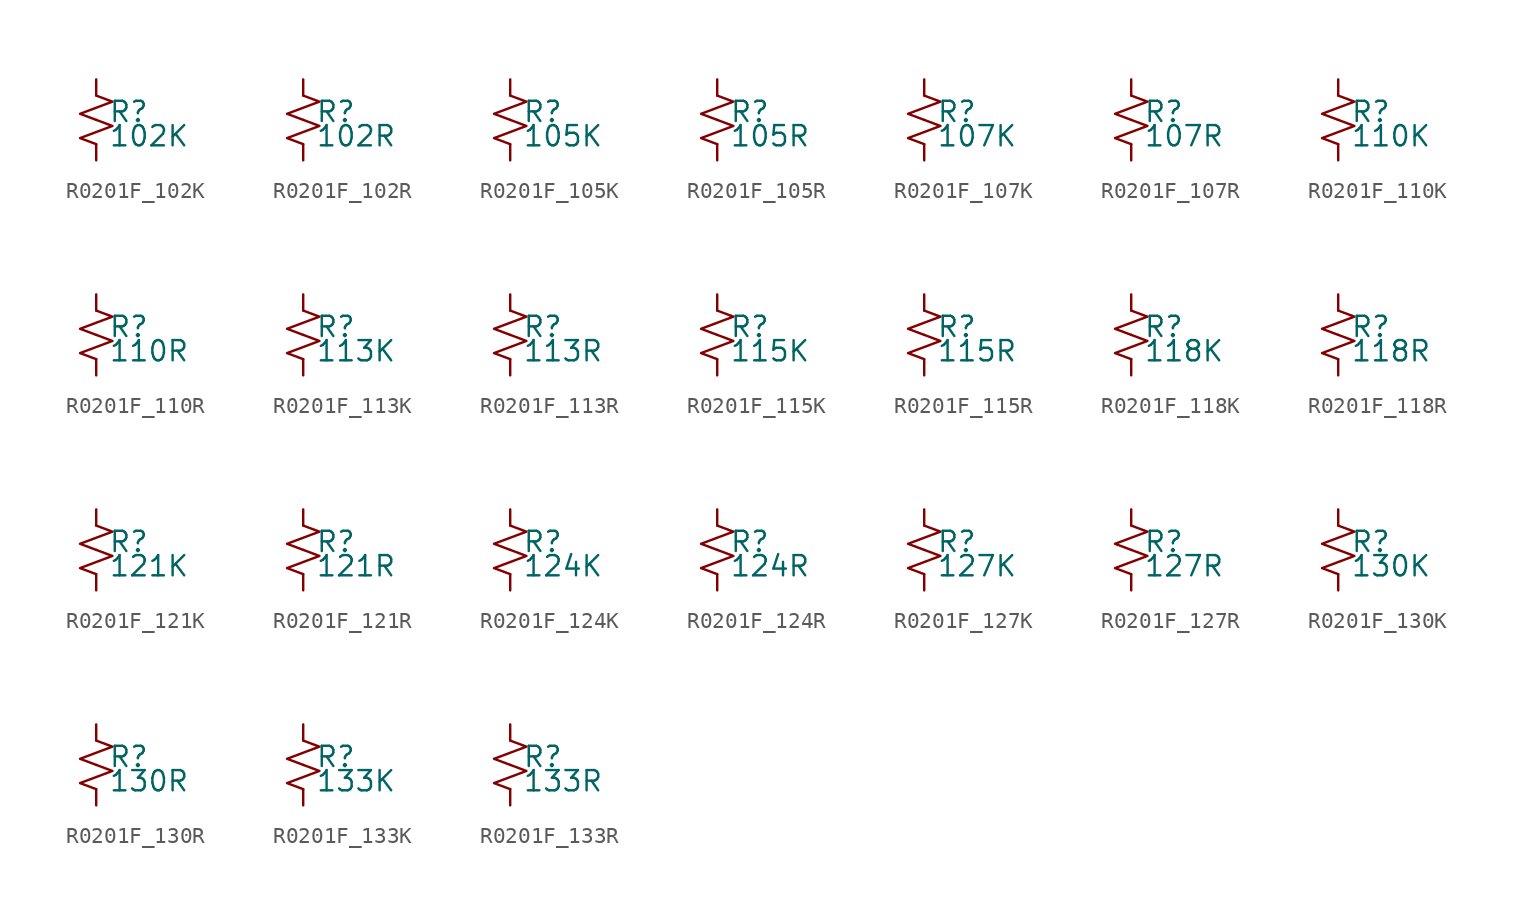
<source format=kicad_sym>
(kicad_symbol_lib
  (version 20220914)
  (generator kicad_symbol_editor)
  (symbol "R0201F_102K"
    (pin_numbers hide)
    (pin_names
      (offset 0.254) hide)
    (property "Reference" "R"
      (at 0.762 0.508 0)
      (effects (font (size 1.27 1.27)) (justify left)))
    (property "Value" "102K"
      (at 0.762 -1.016 0)
      (effects (font (size 1.27 1.27)) (justify left)))
    (symbol "R0201F_102K_1_1"
      (polyline (pts (xy 0 0) (xy 1.016 -0.381) (xy 0 -0.762) (xy -1.016 -1.143) (xy 0 -1.524)) (stroke (width 0) (type default)) (fill (type none)))
      (polyline (pts (xy 0 1.524) (xy 1.016 1.143) (xy 0 0.762) (xy -1.016 0.381) (xy 0 0)) (stroke (width 0) (type default)) (fill (type none)))
      (pin passive line (at 0 2.54 270) (length 1.016) (name "~" (effects (font (size 1.27 1.27)))) (number "1" (effects (font (size 1.27 1.27)))))
      (pin passive line (at 0 -2.54 90) (length 1.016) (name "~" (effects (font (size 1.27 1.27)))) (number "2" (effects (font (size 1.27 1.27)))))))
  (symbol "R0201F_102R"
    (pin_numbers hide)
    (pin_names
      (offset 0.254) hide)
    (property "Reference" "R"
      (at 0.762 0.508 0)
      (effects (font (size 1.27 1.27)) (justify left)))
    (property "Value" "102R"
      (at 0.762 -1.016 0)
      (effects (font (size 1.27 1.27)) (justify left)))
    (symbol "R0201F_102R_1_1"
      (polyline (pts (xy 0 0) (xy 1.016 -0.381) (xy 0 -0.762) (xy -1.016 -1.143) (xy 0 -1.524)) (stroke (width 0) (type default)) (fill (type none)))
      (polyline (pts (xy 0 1.524) (xy 1.016 1.143) (xy 0 0.762) (xy -1.016 0.381) (xy 0 0)) (stroke (width 0) (type default)) (fill (type none)))
      (pin passive line (at 0 2.54 270) (length 1.016) (name "~" (effects (font (size 1.27 1.27)))) (number "1" (effects (font (size 1.27 1.27)))))
      (pin passive line (at 0 -2.54 90) (length 1.016) (name "~" (effects (font (size 1.27 1.27)))) (number "2" (effects (font (size 1.27 1.27)))))))
  (symbol "R0201F_105K"
    (pin_numbers hide)
    (pin_names
      (offset 0.254) hide)
    (property "Reference" "R"
      (at 0.762 0.508 0)
      (effects (font (size 1.27 1.27)) (justify left)))
    (property "Value" "105K"
      (at 0.762 -1.016 0)
      (effects (font (size 1.27 1.27)) (justify left)))
    (symbol "R0201F_105K_1_1"
      (polyline (pts (xy 0 0) (xy 1.016 -0.381) (xy 0 -0.762) (xy -1.016 -1.143) (xy 0 -1.524)) (stroke (width 0) (type default)) (fill (type none)))
      (polyline (pts (xy 0 1.524) (xy 1.016 1.143) (xy 0 0.762) (xy -1.016 0.381) (xy 0 0)) (stroke (width 0) (type default)) (fill (type none)))
      (pin passive line (at 0 2.54 270) (length 1.016) (name "~" (effects (font (size 1.27 1.27)))) (number "1" (effects (font (size 1.27 1.27)))))
      (pin passive line (at 0 -2.54 90) (length 1.016) (name "~" (effects (font (size 1.27 1.27)))) (number "2" (effects (font (size 1.27 1.27)))))))
  (symbol "R0201F_105R"
    (pin_numbers hide)
    (pin_names
      (offset 0.254) hide)
    (property "Reference" "R"
      (at 0.762 0.508 0)
      (effects (font (size 1.27 1.27)) (justify left)))
    (property "Value" "105R"
      (at 0.762 -1.016 0)
      (effects (font (size 1.27 1.27)) (justify left)))
    (symbol "R0201F_105R_1_1"
      (polyline (pts (xy 0 0) (xy 1.016 -0.381) (xy 0 -0.762) (xy -1.016 -1.143) (xy 0 -1.524)) (stroke (width 0) (type default)) (fill (type none)))
      (polyline (pts (xy 0 1.524) (xy 1.016 1.143) (xy 0 0.762) (xy -1.016 0.381) (xy 0 0)) (stroke (width 0) (type default)) (fill (type none)))
      (pin passive line (at 0 2.54 270) (length 1.016) (name "~" (effects (font (size 1.27 1.27)))) (number "1" (effects (font (size 1.27 1.27)))))
      (pin passive line (at 0 -2.54 90) (length 1.016) (name "~" (effects (font (size 1.27 1.27)))) (number "2" (effects (font (size 1.27 1.27)))))))
  (symbol "R0201F_107K"
    (pin_numbers hide)
    (pin_names
      (offset 0.254) hide)
    (property "Reference" "R"
      (at 0.762 0.508 0)
      (effects (font (size 1.27 1.27)) (justify left)))
    (property "Value" "107K"
      (at 0.762 -1.016 0)
      (effects (font (size 1.27 1.27)) (justify left)))
    (symbol "R0201F_107K_1_1"
      (polyline (pts (xy 0 0) (xy 1.016 -0.381) (xy 0 -0.762) (xy -1.016 -1.143) (xy 0 -1.524)) (stroke (width 0) (type default)) (fill (type none)))
      (polyline (pts (xy 0 1.524) (xy 1.016 1.143) (xy 0 0.762) (xy -1.016 0.381) (xy 0 0)) (stroke (width 0) (type default)) (fill (type none)))
      (pin passive line (at 0 2.54 270) (length 1.016) (name "~" (effects (font (size 1.27 1.27)))) (number "1" (effects (font (size 1.27 1.27)))))
      (pin passive line (at 0 -2.54 90) (length 1.016) (name "~" (effects (font (size 1.27 1.27)))) (number "2" (effects (font (size 1.27 1.27)))))))
  (symbol "R0201F_107R"
    (pin_numbers hide)
    (pin_names
      (offset 0.254) hide)
    (property "Reference" "R"
      (at 0.762 0.508 0)
      (effects (font (size 1.27 1.27)) (justify left)))
    (property "Value" "107R"
      (at 0.762 -1.016 0)
      (effects (font (size 1.27 1.27)) (justify left)))
    (symbol "R0201F_107R_1_1"
      (polyline (pts (xy 0 0) (xy 1.016 -0.381) (xy 0 -0.762) (xy -1.016 -1.143) (xy 0 -1.524)) (stroke (width 0) (type default)) (fill (type none)))
      (polyline (pts (xy 0 1.524) (xy 1.016 1.143) (xy 0 0.762) (xy -1.016 0.381) (xy 0 0)) (stroke (width 0) (type default)) (fill (type none)))
      (pin passive line (at 0 2.54 270) (length 1.016) (name "~" (effects (font (size 1.27 1.27)))) (number "1" (effects (font (size 1.27 1.27)))))
      (pin passive line (at 0 -2.54 90) (length 1.016) (name "~" (effects (font (size 1.27 1.27)))) (number "2" (effects (font (size 1.27 1.27)))))))
  (symbol "R0201F_110K"
    (pin_numbers hide)
    (pin_names
      (offset 0.254) hide)
    (property "Reference" "R"
      (at 0.762 0.508 0)
      (effects (font (size 1.27 1.27)) (justify left)))
    (property "Value" "110K"
      (at 0.762 -1.016 0)
      (effects (font (size 1.27 1.27)) (justify left)))
    (symbol "R0201F_110K_1_1"
      (polyline (pts (xy 0 0) (xy 1.016 -0.381) (xy 0 -0.762) (xy -1.016 -1.143) (xy 0 -1.524)) (stroke (width 0) (type default)) (fill (type none)))
      (polyline (pts (xy 0 1.524) (xy 1.016 1.143) (xy 0 0.762) (xy -1.016 0.381) (xy 0 0)) (stroke (width 0) (type default)) (fill (type none)))
      (pin passive line (at 0 2.54 270) (length 1.016) (name "~" (effects (font (size 1.27 1.27)))) (number "1" (effects (font (size 1.27 1.27)))))
      (pin passive line (at 0 -2.54 90) (length 1.016) (name "~" (effects (font (size 1.27 1.27)))) (number "2" (effects (font (size 1.27 1.27)))))))
  (symbol "R0201F_110R"
    (pin_numbers hide)
    (pin_names
      (offset 0.254) hide)
    (property "Reference" "R"
      (at 0.762 0.508 0)
      (effects (font (size 1.27 1.27)) (justify left)))
    (property "Value" "110R"
      (at 0.762 -1.016 0)
      (effects (font (size 1.27 1.27)) (justify left)))
    (symbol "R0201F_110R_1_1"
      (polyline (pts (xy 0 0) (xy 1.016 -0.381) (xy 0 -0.762) (xy -1.016 -1.143) (xy 0 -1.524)) (stroke (width 0) (type default)) (fill (type none)))
      (polyline (pts (xy 0 1.524) (xy 1.016 1.143) (xy 0 0.762) (xy -1.016 0.381) (xy 0 0)) (stroke (width 0) (type default)) (fill (type none)))
      (pin passive line (at 0 2.54 270) (length 1.016) (name "~" (effects (font (size 1.27 1.27)))) (number "1" (effects (font (size 1.27 1.27)))))
      (pin passive line (at 0 -2.54 90) (length 1.016) (name "~" (effects (font (size 1.27 1.27)))) (number "2" (effects (font (size 1.27 1.27)))))))
  (symbol "R0201F_113K"
    (pin_numbers hide)
    (pin_names
      (offset 0.254) hide)
    (property "Reference" "R"
      (at 0.762 0.508 0)
      (effects (font (size 1.27 1.27)) (justify left)))
    (property "Value" "113K"
      (at 0.762 -1.016 0)
      (effects (font (size 1.27 1.27)) (justify left)))
    (symbol "R0201F_113K_1_1"
      (polyline (pts (xy 0 0) (xy 1.016 -0.381) (xy 0 -0.762) (xy -1.016 -1.143) (xy 0 -1.524)) (stroke (width 0) (type default)) (fill (type none)))
      (polyline (pts (xy 0 1.524) (xy 1.016 1.143) (xy 0 0.762) (xy -1.016 0.381) (xy 0 0)) (stroke (width 0) (type default)) (fill (type none)))
      (pin passive line (at 0 2.54 270) (length 1.016) (name "~" (effects (font (size 1.27 1.27)))) (number "1" (effects (font (size 1.27 1.27)))))
      (pin passive line (at 0 -2.54 90) (length 1.016) (name "~" (effects (font (size 1.27 1.27)))) (number "2" (effects (font (size 1.27 1.27)))))))
  (symbol "R0201F_113R"
    (pin_numbers hide)
    (pin_names
      (offset 0.254) hide)
    (property "Reference" "R"
      (at 0.762 0.508 0)
      (effects (font (size 1.27 1.27)) (justify left)))
    (property "Value" "113R"
      (at 0.762 -1.016 0)
      (effects (font (size 1.27 1.27)) (justify left)))
    (symbol "R0201F_113R_1_1"
      (polyline (pts (xy 0 0) (xy 1.016 -0.381) (xy 0 -0.762) (xy -1.016 -1.143) (xy 0 -1.524)) (stroke (width 0) (type default)) (fill (type none)))
      (polyline (pts (xy 0 1.524) (xy 1.016 1.143) (xy 0 0.762) (xy -1.016 0.381) (xy 0 0)) (stroke (width 0) (type default)) (fill (type none)))
      (pin passive line (at 0 2.54 270) (length 1.016) (name "~" (effects (font (size 1.27 1.27)))) (number "1" (effects (font (size 1.27 1.27)))))
      (pin passive line (at 0 -2.54 90) (length 1.016) (name "~" (effects (font (size 1.27 1.27)))) (number "2" (effects (font (size 1.27 1.27)))))))
  (symbol "R0201F_115K"
    (pin_numbers hide)
    (pin_names
      (offset 0.254) hide)
    (property "Reference" "R"
      (at 0.762 0.508 0)
      (effects (font (size 1.27 1.27)) (justify left)))
    (property "Value" "115K"
      (at 0.762 -1.016 0)
      (effects (font (size 1.27 1.27)) (justify left)))
    (symbol "R0201F_115K_1_1"
      (polyline (pts (xy 0 0) (xy 1.016 -0.381) (xy 0 -0.762) (xy -1.016 -1.143) (xy 0 -1.524)) (stroke (width 0) (type default)) (fill (type none)))
      (polyline (pts (xy 0 1.524) (xy 1.016 1.143) (xy 0 0.762) (xy -1.016 0.381) (xy 0 0)) (stroke (width 0) (type default)) (fill (type none)))
      (pin passive line (at 0 2.54 270) (length 1.016) (name "~" (effects (font (size 1.27 1.27)))) (number "1" (effects (font (size 1.27 1.27)))))
      (pin passive line (at 0 -2.54 90) (length 1.016) (name "~" (effects (font (size 1.27 1.27)))) (number "2" (effects (font (size 1.27 1.27)))))))
  (symbol "R0201F_115R"
    (pin_numbers hide)
    (pin_names
      (offset 0.254) hide)
    (property "Reference" "R"
      (at 0.762 0.508 0)
      (effects (font (size 1.27 1.27)) (justify left)))
    (property "Value" "115R"
      (at 0.762 -1.016 0)
      (effects (font (size 1.27 1.27)) (justify left)))
    (symbol "R0201F_115R_1_1"
      (polyline (pts (xy 0 0) (xy 1.016 -0.381) (xy 0 -0.762) (xy -1.016 -1.143) (xy 0 -1.524)) (stroke (width 0) (type default)) (fill (type none)))
      (polyline (pts (xy 0 1.524) (xy 1.016 1.143) (xy 0 0.762) (xy -1.016 0.381) (xy 0 0)) (stroke (width 0) (type default)) (fill (type none)))
      (pin passive line (at 0 2.54 270) (length 1.016) (name "~" (effects (font (size 1.27 1.27)))) (number "1" (effects (font (size 1.27 1.27)))))
      (pin passive line (at 0 -2.54 90) (length 1.016) (name "~" (effects (font (size 1.27 1.27)))) (number "2" (effects (font (size 1.27 1.27)))))))
  (symbol "R0201F_118K"
    (pin_numbers hide)
    (pin_names
      (offset 0.254) hide)
    (property "Reference" "R"
      (at 0.762 0.508 0)
      (effects (font (size 1.27 1.27)) (justify left)))
    (property "Value" "118K"
      (at 0.762 -1.016 0)
      (effects (font (size 1.27 1.27)) (justify left)))
    (symbol "R0201F_118K_1_1"
      (polyline (pts (xy 0 0) (xy 1.016 -0.381) (xy 0 -0.762) (xy -1.016 -1.143) (xy 0 -1.524)) (stroke (width 0) (type default)) (fill (type none)))
      (polyline (pts (xy 0 1.524) (xy 1.016 1.143) (xy 0 0.762) (xy -1.016 0.381) (xy 0 0)) (stroke (width 0) (type default)) (fill (type none)))
      (pin passive line (at 0 2.54 270) (length 1.016) (name "~" (effects (font (size 1.27 1.27)))) (number "1" (effects (font (size 1.27 1.27)))))
      (pin passive line (at 0 -2.54 90) (length 1.016) (name "~" (effects (font (size 1.27 1.27)))) (number "2" (effects (font (size 1.27 1.27)))))))
  (symbol "R0201F_118R"
    (pin_numbers hide)
    (pin_names
      (offset 0.254) hide)
    (property "Reference" "R"
      (at 0.762 0.508 0)
      (effects (font (size 1.27 1.27)) (justify left)))
    (property "Value" "118R"
      (at 0.762 -1.016 0)
      (effects (font (size 1.27 1.27)) (justify left)))
    (symbol "R0201F_118R_1_1"
      (polyline (pts (xy 0 0) (xy 1.016 -0.381) (xy 0 -0.762) (xy -1.016 -1.143) (xy 0 -1.524)) (stroke (width 0) (type default)) (fill (type none)))
      (polyline (pts (xy 0 1.524) (xy 1.016 1.143) (xy 0 0.762) (xy -1.016 0.381) (xy 0 0)) (stroke (width 0) (type default)) (fill (type none)))
      (pin passive line (at 0 2.54 270) (length 1.016) (name "~" (effects (font (size 1.27 1.27)))) (number "1" (effects (font (size 1.27 1.27)))))
      (pin passive line (at 0 -2.54 90) (length 1.016) (name "~" (effects (font (size 1.27 1.27)))) (number "2" (effects (font (size 1.27 1.27)))))))
  (symbol "R0201F_121K"
    (pin_numbers hide)
    (pin_names
      (offset 0.254) hide)
    (property "Reference" "R"
      (at 0.762 0.508 0)
      (effects (font (size 1.27 1.27)) (justify left)))
    (property "Value" "121K"
      (at 0.762 -1.016 0)
      (effects (font (size 1.27 1.27)) (justify left)))
    (symbol "R0201F_121K_1_1"
      (polyline (pts (xy 0 0) (xy 1.016 -0.381) (xy 0 -0.762) (xy -1.016 -1.143) (xy 0 -1.524)) (stroke (width 0) (type default)) (fill (type none)))
      (polyline (pts (xy 0 1.524) (xy 1.016 1.143) (xy 0 0.762) (xy -1.016 0.381) (xy 0 0)) (stroke (width 0) (type default)) (fill (type none)))
      (pin passive line (at 0 2.54 270) (length 1.016) (name "~" (effects (font (size 1.27 1.27)))) (number "1" (effects (font (size 1.27 1.27)))))
      (pin passive line (at 0 -2.54 90) (length 1.016) (name "~" (effects (font (size 1.27 1.27)))) (number "2" (effects (font (size 1.27 1.27)))))))
  (symbol "R0201F_121R"
    (pin_numbers hide)
    (pin_names
      (offset 0.254) hide)
    (property "Reference" "R"
      (at 0.762 0.508 0)
      (effects (font (size 1.27 1.27)) (justify left)))
    (property "Value" "121R"
      (at 0.762 -1.016 0)
      (effects (font (size 1.27 1.27)) (justify left)))
    (symbol "R0201F_121R_1_1"
      (polyline (pts (xy 0 0) (xy 1.016 -0.381) (xy 0 -0.762) (xy -1.016 -1.143) (xy 0 -1.524)) (stroke (width 0) (type default)) (fill (type none)))
      (polyline (pts (xy 0 1.524) (xy 1.016 1.143) (xy 0 0.762) (xy -1.016 0.381) (xy 0 0)) (stroke (width 0) (type default)) (fill (type none)))
      (pin passive line (at 0 2.54 270) (length 1.016) (name "~" (effects (font (size 1.27 1.27)))) (number "1" (effects (font (size 1.27 1.27)))))
      (pin passive line (at 0 -2.54 90) (length 1.016) (name "~" (effects (font (size 1.27 1.27)))) (number "2" (effects (font (size 1.27 1.27)))))))
  (symbol "R0201F_124K"
    (pin_numbers hide)
    (pin_names
      (offset 0.254) hide)
    (property "Reference" "R"
      (at 0.762 0.508 0)
      (effects (font (size 1.27 1.27)) (justify left)))
    (property "Value" "124K"
      (at 0.762 -1.016 0)
      (effects (font (size 1.27 1.27)) (justify left)))
    (symbol "R0201F_124K_1_1"
      (polyline (pts (xy 0 0) (xy 1.016 -0.381) (xy 0 -0.762) (xy -1.016 -1.143) (xy 0 -1.524)) (stroke (width 0) (type default)) (fill (type none)))
      (polyline (pts (xy 0 1.524) (xy 1.016 1.143) (xy 0 0.762) (xy -1.016 0.381) (xy 0 0)) (stroke (width 0) (type default)) (fill (type none)))
      (pin passive line (at 0 2.54 270) (length 1.016) (name "~" (effects (font (size 1.27 1.27)))) (number "1" (effects (font (size 1.27 1.27)))))
      (pin passive line (at 0 -2.54 90) (length 1.016) (name "~" (effects (font (size 1.27 1.27)))) (number "2" (effects (font (size 1.27 1.27)))))))
  (symbol "R0201F_124R"
    (pin_numbers hide)
    (pin_names
      (offset 0.254) hide)
    (property "Reference" "R"
      (at 0.762 0.508 0)
      (effects (font (size 1.27 1.27)) (justify left)))
    (property "Value" "124R"
      (at 0.762 -1.016 0)
      (effects (font (size 1.27 1.27)) (justify left)))
    (symbol "R0201F_124R_1_1"
      (polyline (pts (xy 0 0) (xy 1.016 -0.381) (xy 0 -0.762) (xy -1.016 -1.143) (xy 0 -1.524)) (stroke (width 0) (type default)) (fill (type none)))
      (polyline (pts (xy 0 1.524) (xy 1.016 1.143) (xy 0 0.762) (xy -1.016 0.381) (xy 0 0)) (stroke (width 0) (type default)) (fill (type none)))
      (pin passive line (at 0 2.54 270) (length 1.016) (name "~" (effects (font (size 1.27 1.27)))) (number "1" (effects (font (size 1.27 1.27)))))
      (pin passive line (at 0 -2.54 90) (length 1.016) (name "~" (effects (font (size 1.27 1.27)))) (number "2" (effects (font (size 1.27 1.27)))))))
  (symbol "R0201F_127K"
    (pin_numbers hide)
    (pin_names
      (offset 0.254) hide)
    (property "Reference" "R"
      (at 0.762 0.508 0)
      (effects (font (size 1.27 1.27)) (justify left)))
    (property "Value" "127K"
      (at 0.762 -1.016 0)
      (effects (font (size 1.27 1.27)) (justify left)))
    (symbol "R0201F_127K_1_1"
      (polyline (pts (xy 0 0) (xy 1.016 -0.381) (xy 0 -0.762) (xy -1.016 -1.143) (xy 0 -1.524)) (stroke (width 0) (type default)) (fill (type none)))
      (polyline (pts (xy 0 1.524) (xy 1.016 1.143) (xy 0 0.762) (xy -1.016 0.381) (xy 0 0)) (stroke (width 0) (type default)) (fill (type none)))
      (pin passive line (at 0 2.54 270) (length 1.016) (name "~" (effects (font (size 1.27 1.27)))) (number "1" (effects (font (size 1.27 1.27)))))
      (pin passive line (at 0 -2.54 90) (length 1.016) (name "~" (effects (font (size 1.27 1.27)))) (number "2" (effects (font (size 1.27 1.27)))))))
  (symbol "R0201F_127R"
    (pin_numbers hide)
    (pin_names
      (offset 0.254) hide)
    (property "Reference" "R"
      (at 0.762 0.508 0)
      (effects (font (size 1.27 1.27)) (justify left)))
    (property "Value" "127R"
      (at 0.762 -1.016 0)
      (effects (font (size 1.27 1.27)) (justify left)))
    (symbol "R0201F_127R_1_1"
      (polyline (pts (xy 0 0) (xy 1.016 -0.381) (xy 0 -0.762) (xy -1.016 -1.143) (xy 0 -1.524)) (stroke (width 0) (type default)) (fill (type none)))
      (polyline (pts (xy 0 1.524) (xy 1.016 1.143) (xy 0 0.762) (xy -1.016 0.381) (xy 0 0)) (stroke (width 0) (type default)) (fill (type none)))
      (pin passive line (at 0 2.54 270) (length 1.016) (name "~" (effects (font (size 1.27 1.27)))) (number "1" (effects (font (size 1.27 1.27)))))
      (pin passive line (at 0 -2.54 90) (length 1.016) (name "~" (effects (font (size 1.27 1.27)))) (number "2" (effects (font (size 1.27 1.27)))))))
  (symbol "R0201F_130K"
    (pin_numbers hide)
    (pin_names
      (offset 0.254) hide)
    (property "Reference" "R"
      (at 0.762 0.508 0)
      (effects (font (size 1.27 1.27)) (justify left)))
    (property "Value" "130K"
      (at 0.762 -1.016 0)
      (effects (font (size 1.27 1.27)) (justify left)))
    (symbol "R0201F_130K_1_1"
      (polyline (pts (xy 0 0) (xy 1.016 -0.381) (xy 0 -0.762) (xy -1.016 -1.143) (xy 0 -1.524)) (stroke (width 0) (type default)) (fill (type none)))
      (polyline (pts (xy 0 1.524) (xy 1.016 1.143) (xy 0 0.762) (xy -1.016 0.381) (xy 0 0)) (stroke (width 0) (type default)) (fill (type none)))
      (pin passive line (at 0 2.54 270) (length 1.016) (name "~" (effects (font (size 1.27 1.27)))) (number "1" (effects (font (size 1.27 1.27)))))
      (pin passive line (at 0 -2.54 90) (length 1.016) (name "~" (effects (font (size 1.27 1.27)))) (number "2" (effects (font (size 1.27 1.27)))))))
  (symbol "R0201F_130R"
    (pin_numbers hide)
    (pin_names
      (offset 0.254) hide)
    (property "Reference" "R"
      (at 0.762 0.508 0)
      (effects (font (size 1.27 1.27)) (justify left)))
    (property "Value" "130R"
      (at 0.762 -1.016 0)
      (effects (font (size 1.27 1.27)) (justify left)))
    (symbol "R0201F_130R_1_1"
      (polyline (pts (xy 0 0) (xy 1.016 -0.381) (xy 0 -0.762) (xy -1.016 -1.143) (xy 0 -1.524)) (stroke (width 0) (type default)) (fill (type none)))
      (polyline (pts (xy 0 1.524) (xy 1.016 1.143) (xy 0 0.762) (xy -1.016 0.381) (xy 0 0)) (stroke (width 0) (type default)) (fill (type none)))
      (pin passive line (at 0 2.54 270) (length 1.016) (name "~" (effects (font (size 1.27 1.27)))) (number "1" (effects (font (size 1.27 1.27)))))
      (pin passive line (at 0 -2.54 90) (length 1.016) (name "~" (effects (font (size 1.27 1.27)))) (number "2" (effects (font (size 1.27 1.27)))))))
  (symbol "R0201F_133K"
    (pin_numbers hide)
    (pin_names
      (offset 0.254) hide)
    (property "Reference" "R"
      (at 0.762 0.508 0)
      (effects (font (size 1.27 1.27)) (justify left)))
    (property "Value" "133K"
      (at 0.762 -1.016 0)
      (effects (font (size 1.27 1.27)) (justify left)))
    (symbol "R0201F_133K_1_1"
      (polyline (pts (xy 0 0) (xy 1.016 -0.381) (xy 0 -0.762) (xy -1.016 -1.143) (xy 0 -1.524)) (stroke (width 0) (type default)) (fill (type none)))
      (polyline (pts (xy 0 1.524) (xy 1.016 1.143) (xy 0 0.762) (xy -1.016 0.381) (xy 0 0)) (stroke (width 0) (type default)) (fill (type none)))
      (pin passive line (at 0 2.54 270) (length 1.016) (name "~" (effects (font (size 1.27 1.27)))) (number "1" (effects (font (size 1.27 1.27)))))
      (pin passive line (at 0 -2.54 90) (length 1.016) (name "~" (effects (font (size 1.27 1.27)))) (number "2" (effects (font (size 1.27 1.27)))))))
  (symbol "R0201F_133R"
    (pin_numbers hide)
    (pin_names
      (offset 0.254) hide)
    (property "Reference" "R"
      (at 0.762 0.508 0)
      (effects (font (size 1.27 1.27)) (justify left)))
    (property "Value" "133R"
      (at 0.762 -1.016 0)
      (effects (font (size 1.27 1.27)) (justify left)))
    (symbol "R0201F_133R_1_1"
      (polyline (pts (xy 0 0) (xy 1.016 -0.381) (xy 0 -0.762) (xy -1.016 -1.143) (xy 0 -1.524)) (stroke (width 0) (type default)) (fill (type none)))
      (polyline (pts (xy 0 1.524) (xy 1.016 1.143) (xy 0 0.762) (xy -1.016 0.381) (xy 0 0)) (stroke (width 0) (type default)) (fill (type none)))
      (pin passive line (at 0 2.54 270) (length 1.016) (name "~" (effects (font (size 1.27 1.27)))) (number "1" (effects (font (size 1.27 1.27)))))
      (pin passive line (at 0 -2.54 90) (length 1.016) (name "~" (effects (font (size 1.27 1.27)))) (number "2" (effects (font (size 1.27 1.27))))))))
</source>
